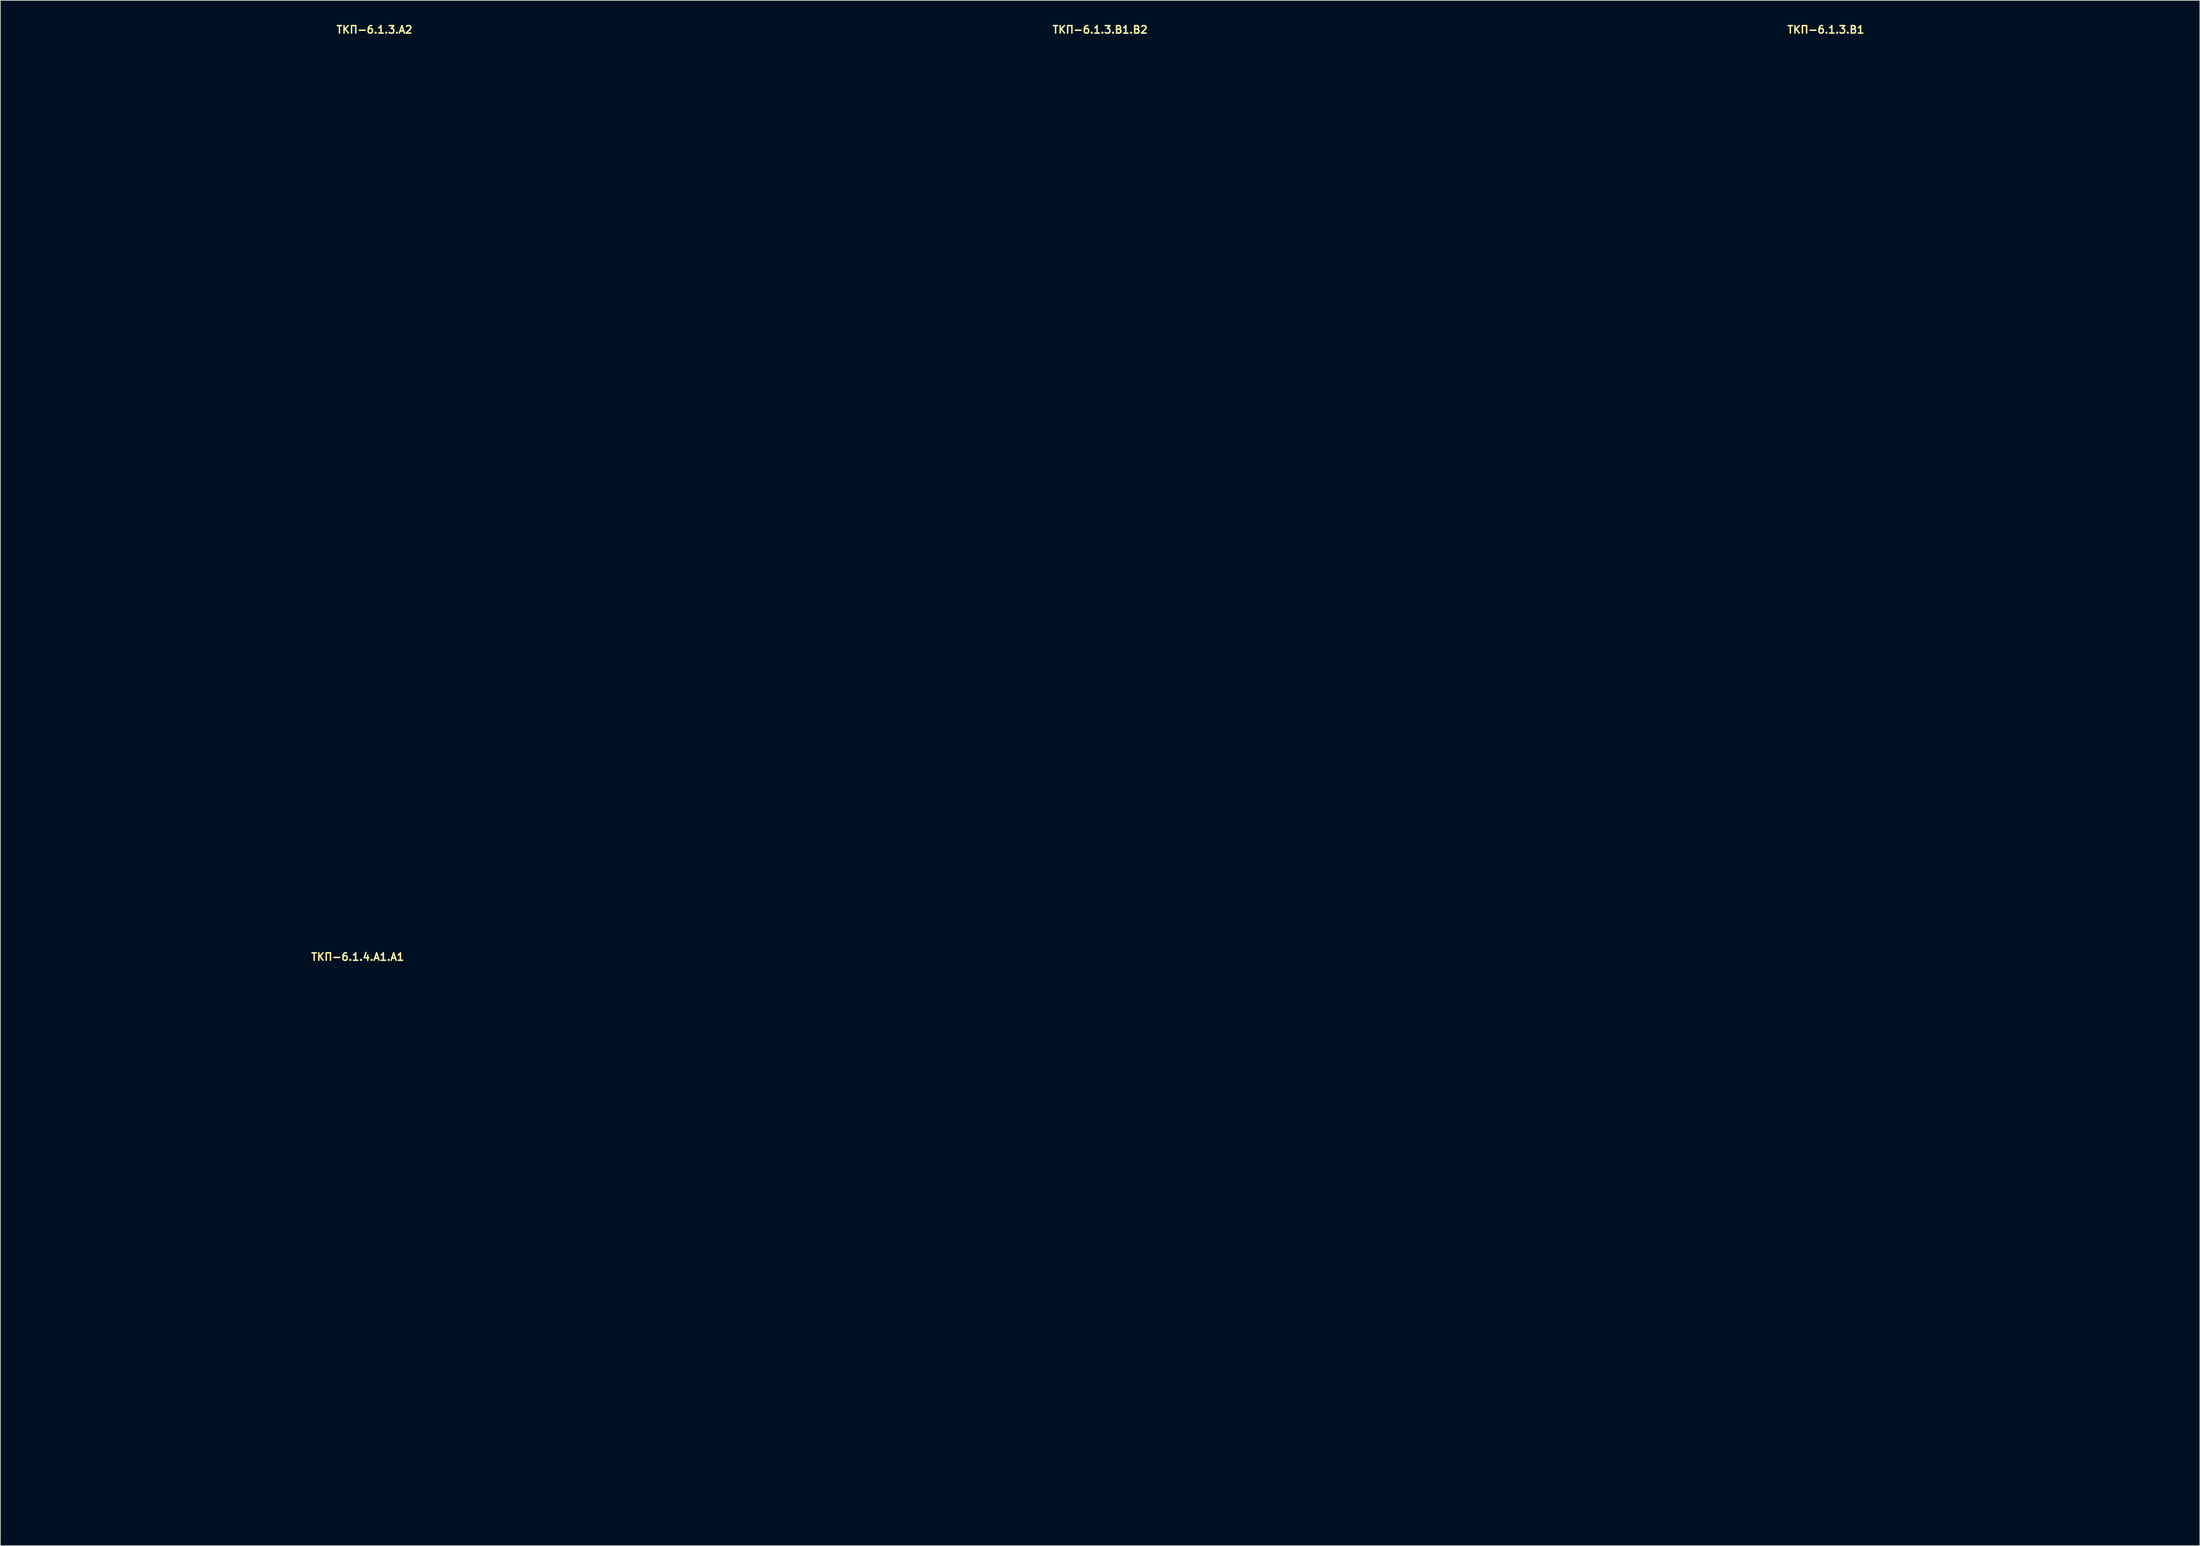
<source format=kicad_pcb>
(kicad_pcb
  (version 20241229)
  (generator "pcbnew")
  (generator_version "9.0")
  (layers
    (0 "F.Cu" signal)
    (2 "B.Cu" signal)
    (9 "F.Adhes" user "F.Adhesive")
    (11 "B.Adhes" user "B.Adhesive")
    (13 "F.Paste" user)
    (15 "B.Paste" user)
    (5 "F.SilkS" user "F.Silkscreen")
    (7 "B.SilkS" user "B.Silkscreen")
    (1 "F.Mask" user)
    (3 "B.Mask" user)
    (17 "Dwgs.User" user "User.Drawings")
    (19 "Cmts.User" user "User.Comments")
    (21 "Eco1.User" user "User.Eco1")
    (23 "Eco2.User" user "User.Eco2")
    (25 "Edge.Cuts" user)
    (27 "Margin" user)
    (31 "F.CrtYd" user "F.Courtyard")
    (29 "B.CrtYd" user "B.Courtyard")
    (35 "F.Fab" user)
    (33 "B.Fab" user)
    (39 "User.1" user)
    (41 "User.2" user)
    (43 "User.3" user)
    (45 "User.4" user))
  (footprint "ТКП-6.1.4.A1.A1"
    (layer "F.Cu")
    (at 44.95 183.694)
    (property "Reference" "ТКП-6.1.4.A1.A1" (at 0 -58.293 0) (layer "F.SilkS") (effects (font (size 1 1) (thickness 0.2))))
    (attr through_hole)
    (fp_line (start -44.75 -54.25) (end -44.75 14.29) (stroke (width 0.4) (type solid)) (layer "Eco1.User"))
    (fp_line (start -41.5 -57.5) (end 41.5 -57.5) (stroke (width 0.4) (type solid)) (layer "Eco1.User"))
    (fp_line (start -41.5 17.54) (end 41.5 17.54) (stroke (width 0.4) (type solid)) (layer "Eco1.User"))
    (fp_line (start 44.75 -54.25) (end 44.75 14.29) (stroke (width 0.4) (type solid)) (layer "Eco1.User"))
    (fp_arc (start -44.75 -54.25) (mid -43.798097 -56.548097) (end -41.5 -57.5) (stroke (width 0.4) (type solid)) (layer "Eco1.User"))
    (fp_arc (start -41.5 17.54) (mid -43.798097 16.588097) (end -44.75 14.29) (stroke (width 0.4) (type solid)) (layer "Eco1.User"))
    (fp_arc (start 41.5 -57.5) (mid 43.798097 -56.548097) (end 44.75 -54.25) (stroke (width 0.4) (type solid)) (layer "Eco1.User"))
    (fp_arc (start 44.75 14.29) (mid 43.798097 16.588097) (end 41.5 17.54) (stroke (width 0.4) (type solid)) (layer "Eco1.User"))
    (fp_circle (center -33.02 -31.55) (end -29.42 -31.55) (stroke (width 0.4) (type solid)) (fill no) (layer "Eco1.User"))
    (fp_circle (center -29.21 -52.07) (end -27.71 -52.07) (stroke (width 0.4) (type solid)) (fill no) (layer "Eco1.User"))
    (fp_circle (center -19.05 10.36) (end -17.55 10.36) (stroke (width 0.4) (type solid)) (fill no) (layer "Eco1.User"))
    (fp_circle (center -16.51 -10.16) (end -12.51 -10.16) (stroke (width 0.4) (type solid)) (fill no) (layer "Eco1.User"))
    (fp_circle (center -8.89 -52.07) (end -7.39 -52.07) (stroke (width 0.4) (type solid)) (fill no) (layer "Eco1.User"))
    (fp_circle (center 0 -31.55) (end 3.6 -31.55) (stroke (width 0.4) (type solid)) (fill no) (layer "Eco1.User"))
    (fp_circle (center 8.89 -52.07) (end 10.39 -52.07) (stroke (width 0.4) (type solid)) (fill no) (layer "Eco1.User"))
    (fp_circle (center 19.05 10.36) (end 20.55 10.36) (stroke (width 0.4) (type solid)) (fill no) (layer "Eco1.User"))
    (fp_circle (center 29.21 -52.07) (end 30.71 -52.07) (stroke (width 0.4) (type solid)) (fill no) (layer "Eco1.User"))
    (fp_circle (center 33.02 -31.55) (end 36.62 -31.55) (stroke (width 0.4) (type solid)) (fill no) (layer "Eco1.User")))
  (footprint "ТКП-6.1.3.A2"
    (layer "F.Cu")
    (at 47.2 61.515)
    (property "Reference" "ТКП-6.1.3.A2" (at 0 -60.579 0) (layer "F.SilkS") (effects (font (size 1 1) (thickness 0.2))))
    (attr through_hole)
    (fp_line (start -47 -56.65) (end -47 56.65) (stroke (width 0.4) (type solid)) (layer "Eco1.User"))
    (fp_line (start -43.9 -59.75) (end 43.9 -59.75) (stroke (width 0.4) (type solid)) (layer "Eco1.User"))
    (fp_line (start -43.9 59.75) (end 43.9 59.75) (stroke (width 0.4) (type solid)) (layer "Eco1.User"))
    (fp_line (start 47 -56.65) (end 47 56.65) (stroke (width 0.4) (type solid)) (layer "Eco1.User"))
    (fp_arc (start -47 -56.65) (mid -46.092031 -58.842031) (end -43.9 -59.75) (stroke (width 0.4) (type solid)) (layer "Eco1.User"))
    (fp_arc (start -43.9 59.75) (mid -46.092031 58.842031) (end -47 56.65) (stroke (width 0.4) (type solid)) (layer "Eco1.User"))
    (fp_arc (start 43.9 -59.75) (mid 46.092031 -58.842031) (end 47 -56.65) (stroke (width 0.4) (type solid)) (layer "Eco1.User"))
    (fp_arc (start 47 56.65) (mid 46.092031 58.842031) (end 43.9 59.75) (stroke (width 0.4) (type solid)) (layer "Eco1.User"))
    (fp_circle (center -38.6 -51.35) (end -36.6 -51.35) (stroke (width 0.4) (type solid)) (fill no) (layer "Eco1.User"))
    (fp_circle (center -38.6 51.35) (end -36.6 51.35) (stroke (width 0.4) (type solid)) (fill no) (layer "Eco1.User"))
    (fp_circle (center 38.6 -51.35) (end 40.6 -51.35) (stroke (width 0.4) (type solid)) (fill no) (layer "Eco1.User"))
    (fp_circle (center 38.6 51.35) (end 40.6 51.35) (stroke (width 0.4) (type solid)) (fill no) (layer "Eco1.User")))
  (footprint "ТКП-6.1.3.B1.B2"
    (layer "F.Cu")
    (at 144.6 61.515)
    (property "Reference" "ТКП-6.1.3.B1.B2" (at 0 -60.579 0) (layer "F.SilkS") (effects (font (size 1 1) (thickness 0.2))))
    (attr through_hole)
    (fp_line (start -47 -56.65) (end -47 56.65) (stroke (width 0.4) (type solid)) (layer "Eco1.User"))
    (fp_line (start -43.9 -59.75) (end 43.9 -59.75) (stroke (width 0.4) (type solid)) (layer "Eco1.User"))
    (fp_line (start -43.9 59.75) (end 43.9 59.75) (stroke (width 0.4) (type solid)) (layer "Eco1.User"))
    (fp_line (start -3.3 13.97) (end -3.3 15.865) (stroke (width 0.4) (type solid)) (layer "Eco1.User"))
    (fp_line (start 3.3 13.97) (end 3.3 15.865) (stroke (width 0.4) (type solid)) (layer "Eco1.User"))
    (fp_line (start 47 -56.65) (end 47 56.65) (stroke (width 0.4) (type solid)) (layer "Eco1.User"))
    (fp_arc (start -47 -56.65) (mid -46.092031 -58.842031) (end -43.9 -59.75) (stroke (width 0.4) (type solid)) (layer "Eco1.User"))
    (fp_arc (start -43.9 59.75) (mid -46.092031 58.842031) (end -47 56.65) (stroke (width 0.4) (type solid)) (layer "Eco1.User"))
    (fp_arc (start -3.300021 15.855115) (mid -3.771371 17.508593) (end -5.051324 18.656583) (stroke (width 0.4) (type solid)) (layer "Eco1.User"))
    (fp_arc (start -3.3 13.97) (mid 0 10.67) (end 3.3 13.97) (stroke (width 0.4) (type solid)) (layer "Eco1.User"))
    (fp_arc (start 5.0595 18.6605) (mid -0.004533 40.91002) (end -5.051324 18.656583) (stroke (width 0.4) (type solid)) (layer "Eco1.User"))
    (fp_arc (start 5.060534 18.661019) (mid 3.776801 17.517255) (end 3.3 15.865338) (stroke (width 0.4) (type solid)) (layer "Eco1.User"))
    (fp_arc (start 43.9 -59.75) (mid 46.092031 -58.842031) (end 47 -56.65) (stroke (width 0.4) (type solid)) (layer "Eco1.User"))
    (fp_arc (start 47 56.65) (mid 46.092031 58.842031) (end 43.9 59.75) (stroke (width 0.4) (type solid)) (layer "Eco1.User"))
    (fp_circle (center -38.6 -51.35) (end -36.6 -51.35) (stroke (width 0.4) (type solid)) (fill no) (layer "Eco1.User"))
    (fp_circle (center -38.6 51.35) (end -36.6 51.35) (stroke (width 0.4) (type solid)) (fill no) (layer "Eco1.User"))
    (fp_circle (center -33.02 -31.55) (end -29.42 -31.55) (stroke (width 0.4) (type solid)) (fill no) (layer "Eco1.User"))
    (fp_circle (center -29.21 -52.07) (end -27.71 -52.07) (stroke (width 0.4) (type solid)) (fill no) (layer "Eco1.User"))
    (fp_circle (center -8.89 -52.07) (end -7.39 -52.07) (stroke (width 0.4) (type solid)) (fill no) (layer "Eco1.User"))
    (fp_circle (center 0 -31.55) (end 3.6 -31.55) (stroke (width 0.4) (type solid)) (fill no) (layer "Eco1.User"))
    (fp_circle (center 0 13.97) (end 2.6 13.97) (stroke (width 0.4) (type solid)) (fill no) (layer "Eco1.User"))
    (fp_circle (center 0 29.21) (end 6 29.21) (stroke (width 0.4) (type solid)) (fill no) (layer "Eco1.User"))
    (fp_circle (center 8.89 -52.07) (end 10.39 -52.07) (stroke (width 0.4) (type solid)) (fill no) (layer "Eco1.User"))
    (fp_circle (center 29.21 -52.07) (end 30.71 -52.07) (stroke (width 0.4) (type solid)) (fill no) (layer "Eco1.User"))
    (fp_circle (center 33.02 -31.55) (end 36.62 -31.55) (stroke (width 0.4) (type solid)) (fill no) (layer "Eco1.User"))
    (fp_circle (center 38.6 -51.35) (end 40.6 -51.35) (stroke (width 0.4) (type solid)) (fill no) (layer "Eco1.User"))
    (fp_circle (center 38.6 51.35) (end 40.6 51.35) (stroke (width 0.4) (type solid)) (fill no) (layer "Eco1.User")))
  (footprint "ТКП-6.1.3.B1"
    (layer "F.Cu")
    (at 242 61.515)
    (property "Reference" "ТКП-6.1.3.B1" (at 0 -60.579 0) (layer "F.SilkS") (effects (font (size 1 1) (thickness 0.2))))
    (attr through_hole)
    (fp_line (start -47 -56.65) (end -47 56.65) (stroke (width 0.4) (type solid)) (layer "Eco1.User"))
    (fp_line (start -43.9 -59.75) (end 43.9 -59.75) (stroke (width 0.4) (type solid)) (layer "Eco1.User"))
    (fp_line (start -43.9 59.75) (end 43.9 59.75) (stroke (width 0.4) (type solid)) (layer "Eco1.User"))
    (fp_line (start -3.3 13.97) (end -3.3 15.865) (stroke (width 0.4) (type solid)) (layer "Eco1.User"))
    (fp_line (start 3.3 13.97) (end 3.3 15.865) (stroke (width 0.4) (type solid)) (layer "Eco1.User"))
    (fp_line (start 47 -56.65) (end 47 56.65) (stroke (width 0.4) (type solid)) (layer "Eco1.User"))
    (fp_arc (start -47 -56.65) (mid -46.092031 -58.842031) (end -43.9 -59.75) (stroke (width 0.4) (type solid)) (layer "Eco1.User"))
    (fp_arc (start -43.9 59.75) (mid -46.092031 58.842031) (end -47 56.65) (stroke (width 0.4) (type solid)) (layer "Eco1.User"))
    (fp_arc (start -3.300021 15.855115) (mid -3.771371 17.508593) (end -5.051324 18.656583) (stroke (width 0.4) (type solid)) (layer "Eco1.User"))
    (fp_arc (start -3.3 13.97) (mid 0 10.67) (end 3.3 13.97) (stroke (width 0.4) (type solid)) (layer "Eco1.User"))
    (fp_arc (start 5.0595 18.6605) (mid -0.004533 40.91002) (end -5.051324 18.656583) (stroke (width 0.4) (type solid)) (layer "Eco1.User"))
    (fp_arc (start 5.060534 18.661019) (mid 3.776801 17.517255) (end 3.3 15.865338) (stroke (width 0.4) (type solid)) (layer "Eco1.User"))
    (fp_arc (start 43.9 -59.75) (mid 46.092031 -58.842031) (end 47 -56.65) (stroke (width 0.4) (type solid)) (layer "Eco1.User"))
    (fp_arc (start 47 56.65) (mid 46.092031 58.842031) (end 43.9 59.75) (stroke (width 0.4) (type solid)) (layer "Eco1.User"))
    (fp_circle (center -38.6 -51.35) (end -36.6 -51.35) (stroke (width 0.4) (type solid)) (fill no) (layer "Eco1.User"))
    (fp_circle (center -38.6 51.35) (end -36.6 51.35) (stroke (width 0.4) (type solid)) (fill no) (layer "Eco1.User"))
    (fp_circle (center 38.6 -51.35) (end 40.6 -51.35) (stroke (width 0.4) (type solid)) (fill no) (layer "Eco1.User"))
    (fp_circle (center 38.6 51.35) (end 40.6 51.35) (stroke (width 0.4) (type solid)) (fill no) (layer "Eco1.User")))
  (gr_rect
    (start -3 -3)
    (end 292.2 204.434)
    (stroke (width 0.1) (type default))
    (fill no)
    (layer "Edge.Cuts")))
</source>
